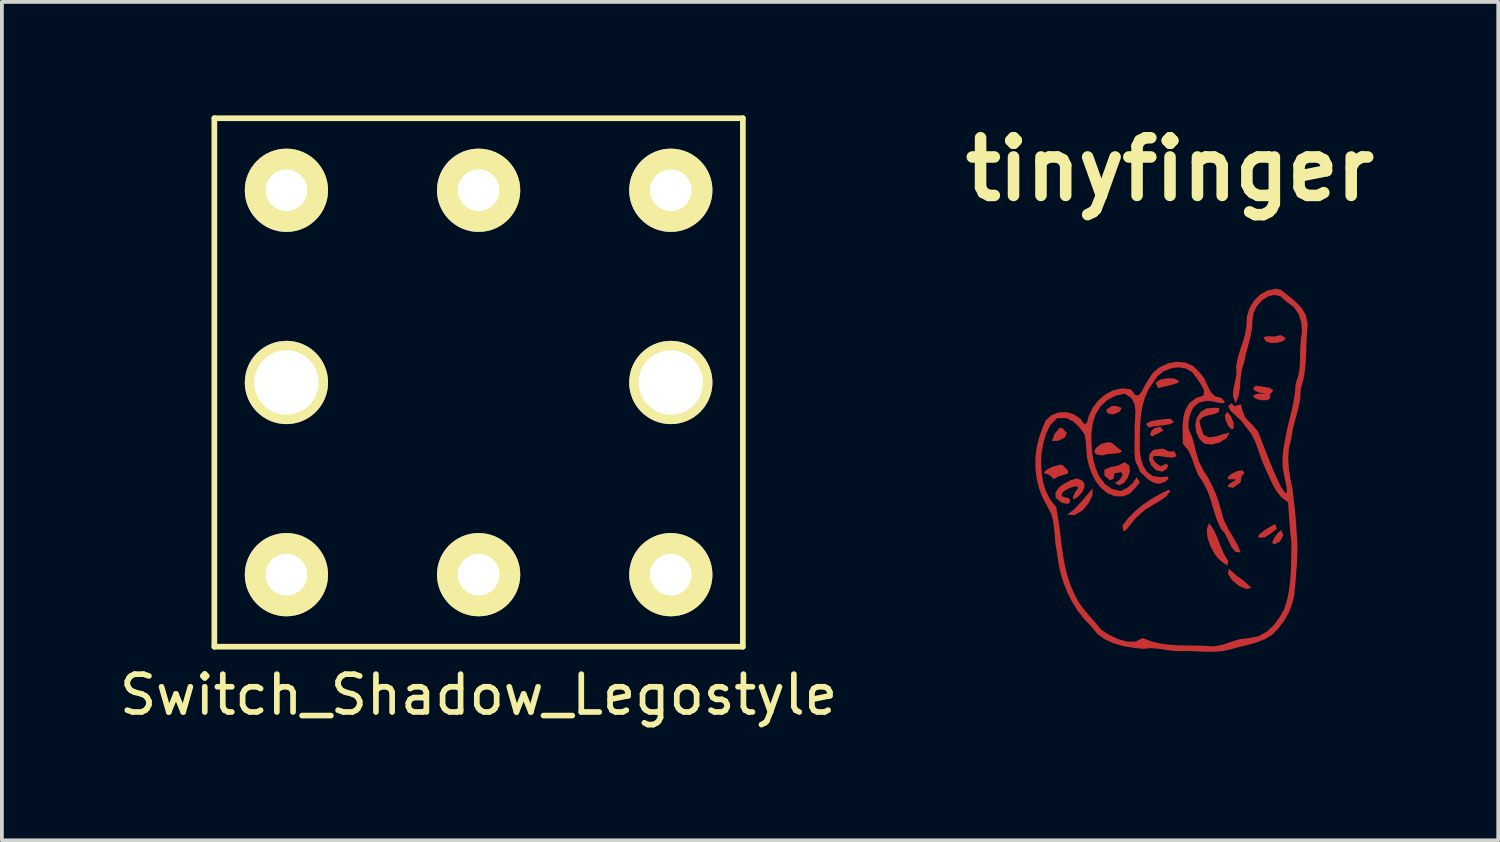
<source format=kicad_pcb>
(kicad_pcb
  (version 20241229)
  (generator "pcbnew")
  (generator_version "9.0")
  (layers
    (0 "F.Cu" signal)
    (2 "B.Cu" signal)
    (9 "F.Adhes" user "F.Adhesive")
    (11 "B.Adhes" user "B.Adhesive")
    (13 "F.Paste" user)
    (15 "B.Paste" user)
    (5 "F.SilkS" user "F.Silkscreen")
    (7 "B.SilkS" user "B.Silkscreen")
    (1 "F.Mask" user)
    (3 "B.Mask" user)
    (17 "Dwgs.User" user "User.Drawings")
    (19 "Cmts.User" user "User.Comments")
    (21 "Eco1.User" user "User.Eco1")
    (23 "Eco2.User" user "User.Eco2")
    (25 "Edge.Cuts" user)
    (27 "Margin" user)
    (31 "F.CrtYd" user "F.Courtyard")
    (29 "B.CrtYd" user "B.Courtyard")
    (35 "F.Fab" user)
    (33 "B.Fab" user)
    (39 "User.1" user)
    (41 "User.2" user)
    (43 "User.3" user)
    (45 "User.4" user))
  (footprint "Switch_Shadow_Legostyle"
    (layer "F.Cu")
    (at 9.601 9.6)
    (property "Reference" "Switch_Shadow_Legostyle" (at 0 5.715 0) (layer "F.SilkS") (effects (font (size 1 1) (thickness 0.15))))
    (attr through_hole)
    (fp_line (start -6.985 -9.525) (end -6.985 4.445) (stroke (width 0.15) (type solid)) (layer "F.SilkS"))
    (fp_line (start -6.985 4.445) (end 6.985 4.445) (stroke (width 0.15) (type solid)) (layer "F.SilkS"))
    (fp_line (start 6.985 -9.525) (end -6.985 -9.525) (stroke (width 0.15) (type solid)) (layer "F.SilkS"))
    (fp_line (start 6.985 4.445) (end 6.985 -9.525) (stroke (width 0.15) (type solid)) (layer "F.SilkS"))
    (pad "" thru_hole circle (at -5.08 -2.54) (size 2.2 2.2) (drill 1.7) (layers "*.Cu" "*.Mask" "F.SilkS"))
    (pad "" thru_hole circle (at 5.08 -2.54) (size 2.2 2.2) (drill 1.7) (layers "*.Cu" "*.Mask" "F.SilkS"))
    (pad "1" thru_hole circle (at -5.08 -7.62) (size 2.2 2.2) (drill 1.1) (layers "*.Cu" "*.Mask" "F.SilkS"))
    (pad "1" thru_hole circle (at -5.08 2.54) (size 2.2 2.2) (drill 1.1) (layers "*.Cu" "*.Mask" "F.SilkS"))
    (pad "2" thru_hole circle (at 0 -7.62) (size 2.2 2.2) (drill 1.1) (layers "*.Cu" "*.Mask" "F.SilkS"))
    (pad "2" thru_hole circle (at 0 2.54) (size 2.2 2.2) (drill 1.1) (layers "*.Cu" "*.Mask" "F.SilkS"))
    (pad "3" thru_hole circle (at 5.08 -7.62) (size 2.2 2.2) (drill 1.1) (layers "*.Cu" "*.Mask" "F.SilkS"))
    (pad "3" thru_hole circle (at 5.08 2.54) (size 2.2 2.2) (drill 1.1) (layers "*.Cu" "*.Mask" "F.SilkS")))
  (footprint "tinyfinger"
    (layer "F.Cu")
    (at 27.877 9.352)
    (property "Reference" "tinyfinger" (at 0 -7.926 0) (layer "F.SilkS") (effects (font (size 1.524 1.524) (thickness 0.305))))
    (attr smd)
    (fp_poly (pts (xy 2.806 -4.772) (xy 2.578 -4.726) (xy 2.38 -4.615) (xy 2.218 -4.453) (xy 2.099 -4.255) (xy 2.031 -4.033) (xy 1.45 -1.43) (xy 1.468 -1.291) (xy 1.536 -1.15) (xy 1.619 -1.058) (xy 1.681 -1.064) (xy 1.685 -1.217) (xy 1.618 -1.382) (xy 1.52 -1.517) (xy 1.45 -1.43) (xy 2.031 -4.033) (xy 2.019 -3.803) (xy 1.224 -0.869) (xy 1.036 -0.843) (xy 0.887 -0.906) (xy 0.815 -1.115) (xy 0.778 -1.283) (xy 0.863 -1.376) (xy 1.013 -1.425) (xy 1.175 -1.459) (xy 1.291 -1.51) (xy 1.306 -1.608) (xy 1.255 -1.621) (xy 1.179 -1.624) (xy 0.963 -1.606) (xy 0.806 -1.512) (xy 0.708 -1.363) (xy 0.669 -1.18) (xy 0.69 -0.987) (xy 0.771 -0.805) (xy 0.905 -0.675) (xy 1.105 -0.65) (xy 1.317 -0.707) (xy 1.492 -0.821) (xy 1.576 -0.97) (xy 1.416 -0.93) (xy 1.224 -0.869) (xy 2.019 -3.803) (xy 1.988 -3.583) (xy 1.928 -3.37) (xy 1.857 -3.158) (xy 1.791 -2.944) (xy 1.746 -2.724) (xy 1.758 -2.521) (xy 1.719 -2.315) (xy 1.673 -2.111) (xy 1.664 -1.919) (xy 1.737 -1.744) (xy 2.468 -3.495) (xy 2.527 -3.383) (xy 2.656 -3.333) (xy 2.841 -3.342) (xy 3 -3.392) (xy 3.056 -3.466) (xy 2.928 -3.546) (xy 2.782 -3.508) (xy 2.59 -3.514) (xy 2.468 -3.495) (xy 1.737 -1.744) (xy 2.261 -2.206) (xy 2.195 -2.134) (xy 2.238 -2.076) (xy 2.339 -2.032) (xy 2.449 -2.003) (xy 2.517 -1.988) (xy 2.495 -1.988) (xy 2.331 -2.002) (xy 2.205 -1.953) (xy 2.209 -1.898) (xy 2.3 -1.85) (xy 2.432 -1.822) (xy 2.563 -1.824) (xy 2.647 -1.869) (xy 2.641 -1.969) (xy 2.732 -2.089) (xy 2.623 -2.154) (xy 2.428 -2.185) (xy 2.261 -2.206) (xy 1.737 -1.744) (xy 1.814 -1.94) (xy 1.848 -2.159) (xy 1.865 -2.388) (xy 1.894 -2.615) (xy 1.959 -2.825) (xy 2.007 -3.053) (xy 2.067 -3.276) (xy 2.126 -3.499) (xy 2.168 -3.726) (xy 2.181 -3.958) (xy 2.21 -4.138) (xy 2.297 -4.31) (xy 2.426 -4.458) (xy 2.584 -4.563) (xy 2.753 -4.606) (xy 2.92 -4.569) (xy 3.067 -4.434) (xy 3.269 -4.288) (xy 3.401 -4.096) (xy 3.471 -3.875) (xy 3.487 -3.637) (xy 3.456 -3.399) (xy 3.441 -3.171) (xy 3.437 -2.938) (xy 3.427 -2.706) (xy 3.394 -2.479) (xy 3.321 -2.264) (xy 3.303 -2.034) (xy 3.266 -1.798) (xy 3.218 -1.559) (xy 3.16 -1.322) (xy 3.1 -1.087) (xy 3.05 -0.833) (xy 3.003 -0.578) (xy 2.973 -0.321) (xy 2.975 -0.064) (xy 3.023 0.193) (xy 3.051 0.327) (xy 3.082 0.489) (xy 3.091 0.614) (xy 3.054 0.637) (xy 2.946 0.492) (xy 2.83 0.25) (xy 2.722 0.005) (xy 2.62 -0.244) (xy 2.522 -0.494) (xy 2.425 -0.745) (xy 2.326 -0.995) (xy 2.173 -1.179) (xy 1.994 -1.354) (xy 1.907 -1.568) (xy 1.88 -1.713) (xy 1.804 -1.698) (xy 1.708 -1.661) (xy 1.62 -1.745) (xy 1.535 -1.662) (xy 2.783 1.45) (xy 2.646 1.519) (xy 2.477 1.626) (xy 2.347 1.734) (xy 2.328 1.807) (xy 2.494 1.807) (xy 2.652 1.708) (xy 2.822 1.579) (xy 2.783 1.45) (xy 1.535 -1.662) (xy 2.939 1.605) (xy 2.838 1.695) (xy 2.747 1.825) (xy 2.702 1.94) (xy 2.742 1.989) (xy 2.903 1.918) (xy 2.995 1.746) (xy 2.939 1.605) (xy 1.535 -1.662) (xy 1.6 -1.544) (xy 1.745 -1.406) (xy 1.91 0.03) (xy 1.773 0.049) (xy 1.628 0.119) (xy 1.529 0.204) (xy 1.528 0.266) (xy 1.677 0.268) (xy 1.746 0.271) (xy 1.705 0.306) (xy 1.614 0.36) (xy 1.535 0.418) (xy 1.531 0.467) (xy 1.663 0.493) (xy 1.863 0.352) (xy 1.899 0.177) (xy 1.971 0.102) (xy 1.91 0.03) (xy 1.745 -1.406) (xy 1.899 -1.263) (xy 2.152 3.138) (xy 1.962 2.961) (xy 1.746 2.804) (xy 1.553 2.626) (xy 1.532 2.768) (xy 1.642 2.936) (xy 1.822 3.084) (xy 2.012 3.167) (xy 2.152 3.138) (xy 1.899 -1.263) (xy 1.991 -1.133) (xy 2.146 -0.938) (xy 2.254 -0.72) (xy 2.337 -0.489) (xy 2.417 -0.254) (xy 2.515 -0.026) (xy 2.609 0.177) (xy 2.699 0.376) (xy 2.802 0.565) (xy 2.937 0.736) (xy 3.121 0.882) (xy 3.139 1.154) (xy 3.159 1.427) (xy 1.514 2.553) (xy 1.54 2.427) (xy 1.421 2.233) (xy 1.331 2.021) (xy 1.25 1.806) (xy 1.156 1.602) (xy 1.031 1.421) (xy 0.97 1.593) (xy 0.99 1.808) (xy 1.066 2.033) (xy 1.172 2.232) (xy 1.284 2.373) (xy 1.392 2.463) (xy 1.514 2.553) (xy 3.159 1.427) (xy 3.181 1.699) (xy 3.21 1.971) (xy 3.205 2.216) (xy 3.201 2.463) (xy 3.192 2.711) (xy 3.175 2.958) (xy 3.145 3.203) (xy -1.159 1.606) (xy -1.045 1.468) (xy -0.92 1.308) (xy -0.81 1.207) (xy -0.652 1.067) (xy -0.461 0.95) (xy -0.267 0.839) (xy -0.099 0.719) (xy 0.015 0.573) (xy -0.043 0.546) (xy -0.274 0.66) (xy -0.499 0.789) (xy -0.713 0.936) (xy -0.914 1.1) (xy -1.096 1.283) (xy -1.256 1.486) (xy -1.238 1.639) (xy -1.159 1.606) (xy 3.145 3.203) (xy 3.097 3.444) (xy 3.027 3.679) (xy -2.718 1.204) (xy -2.521 1.213) (xy -2.321 1.094) (xy -2.152 0.901) (xy -2.049 0.687) (xy -2.049 0.508) (xy -2.202 0.691) (xy -2.364 0.882) (xy -2.535 1.06) (xy -2.718 1.204) (xy 3.027 3.679) (xy 2.901 3.906) (xy -0.045 -0.097) (xy -0.095 -0.146) (xy -0.26 -0.077) (xy -0.387 -0.181) (xy -0.46 -0.285) (xy -0.43 -0.352) (xy -0.245 -0.345) (xy -0.097 -0.317) (xy 0.073 -0.304) (xy 0.174 -0.343) (xy 0.119 -0.471) (xy -0.037 -0.471) (xy -0.186 -0.544) (xy -0.236 -0.539) (xy -0.437 -0.513) (xy -0.54 -0.406) (xy -0.556 -0.256) (xy -0.493 -0.097) (xy -0.363 0.033) (xy -0.202 0.066) (xy -0.089 -0.002) (xy -0.045 -0.097) (xy 2.901 3.906) (xy 2.746 4.117) (xy -0.209 -1.156) (xy 0.002 -1.19) (xy 0.107 -1.246) (xy 0.009 -1.337) (xy -0.137 -1.325) (xy -0.346 -1.301) (xy -0.539 -1.259) (xy -0.637 -1.195) (xy -0.561 -1.102) (xy -0.429 -1.132) (xy -0.209 -1.156) (xy 2.746 4.117) (xy -0.173 -1.023) (xy -0.256 -1.122) (xy -0.408 -1.089) (xy -0.504 -0.998) (xy -0.531 -0.906) (xy -0.474 -0.868) (xy -0.32 -0.944) (xy -0.173 -1.023) (xy 2.746 4.117) (xy 2.559 4.293) (xy 2.337 4.416) (xy 2.079 4.467) (xy 1.846 4.491) (xy 1.621 4.56) (xy 1.396 4.637) (xy 0.009 -2.218) (xy 0.186 -2.271) (xy 0.25 -2.331) (xy 0.108 -2.397) (xy -0.066 -2.405) (xy -0.263 -2.368) (xy -0.38 -2.282) (xy -0.316 -2.142) (xy -0.189 -2.175) (xy 0.009 -2.218) (xy 1.396 4.637) (xy 1.163 4.685) (xy 0.914 4.668) (xy -2.945 -0.753) (xy -2.786 -0.834) (xy -2.725 -0.955) (xy -2.842 -1.079) (xy -2.912 -1.097) (xy -3.048 -0.942) (xy -3.124 -0.745) (xy -2.945 -0.753) (xy 0.914 4.668) (xy 0.678 4.662) (xy 0.439 4.66) (xy 0.201 4.654) (xy -0.036 4.638) (xy -0.27 4.605) (xy -0.499 4.549) (xy -3.017 0.76) (xy -2.864 0.888) (xy -2.703 0.923) (xy -2.632 0.856) (xy -2.67 0.766) (xy -2.836 0.731) (xy -2.872 0.663) (xy -2.81 0.586) (xy -2.692 0.515) (xy -2.561 0.466) (xy -2.459 0.454) (xy -2.427 0.495) (xy -2.507 0.605) (xy -2.57 0.738) (xy -2.56 0.79) (xy -2.5 0.776) (xy -2.417 0.714) (xy -2.332 0.619) (xy -2.27 0.508) (xy -2.256 0.397) (xy -2.314 0.303) (xy -2.467 0.243) (xy -2.627 0.292) (xy -2.799 0.38) (xy -2.947 0.495) (xy -3.032 0.625) (xy -3.017 0.76) (xy -0.499 4.549) (xy -0.722 4.464) (xy -0.915 4.557) (xy -1.146 4.555) (xy -1.389 4.484) (xy -3.34 0.102) (xy -3.214 0.141) (xy -3.152 0.186) (xy -3.075 0.264) (xy -2.935 0.186) (xy -2.696 0.116) (xy -2.703 0.026) (xy -2.852 -0.114) (xy -2.929 -0.116) (xy -3.109 -0.065) (xy -3.275 0.02) (xy -3.34 0.102) (xy -1.389 4.484) (xy -1.621 4.372) (xy -1.817 4.245) (xy -1.969 4.06) (xy -2.129 3.88) (xy -2.284 3.696) (xy -2.424 3.5) (xy -2.535 3.285) (xy -2.639 3.045) (xy -2.718 2.798) (xy -2.779 2.545) (xy -2.825 2.289) (xy -2.862 2.031) (xy -2.894 1.771) (xy -2.926 1.512) (xy -2.963 1.253) (xy -3.01 0.998) (xy -3.167 0.805) (xy -3.279 0.585) (xy -3.353 0.347) (xy -3.393 0.097) (xy -3.406 -0.155) (xy -3.398 -0.402) (xy -3.352 -0.661) (xy -3.282 -0.926) (xy -3.167 -1.164) (xy -2.986 -1.345) (xy -2.745 -1.351) (xy -2.547 -1.253) (xy -2.387 -1.095) (xy -2.258 -0.919) (xy -2.226 -0.727) (xy -2.212 -0.512) (xy -2.193 -0.293) (xy -2.142 -0.087) (xy -2.07 0.118) (xy -1.963 0.32) (xy -1.823 0.499) (xy -1.652 0.638) (xy -1.454 0.717) (xy -1.229 0.717) (xy -1.053 0.639) (xy -0.917 0.495) (xy -0.798 0.348) (xy -1.652 -1.479) (xy -1.51 -1.448) (xy -1.34 -1.512) (xy -1.272 -1.62) (xy -1.438 -1.673) (xy -1.546 -1.667) (xy -1.69 -1.566) (xy -1.652 -1.479) (xy -0.798 0.348) (xy -1.269 -0.476) (xy -1.385 -0.568) (xy -1.464 -0.633) (xy -1.54 -0.7) (xy -1.654 -0.713) (xy -1.813 -0.669) (xy -1.941 -0.579) (xy -2.003 -0.477) (xy -1.965 -0.394) (xy -1.793 -0.363) (xy -1.66 -0.397) (xy -1.479 -0.412) (xy -1.325 -0.431) (xy -1.269 -0.476) (xy -0.798 0.348) (xy -0.883 0.213) (xy -1.343 0.427) (xy -1.218 0.364) (xy -1.115 0.222) (xy -1.06 0.051) (xy -1.08 -0.101) (xy -1.202 -0.185) (xy -1.366 -0.099) (xy -1.578 -0.055) (xy -1.735 0.013) (xy -1.736 0.167) (xy -1.586 0.296) (xy -1.492 0.254) (xy -1.47 0.109) (xy -1.284 0.08) (xy -1.256 0.162) (xy -1.332 0.281) (xy -1.46 0.365) (xy -1.343 0.427) (xy -0.883 0.213) (xy -0.988 0.37) (xy -1.136 0.496) (xy -1.306 0.577) (xy -1.537 0.522) (xy -1.722 0.39) (xy -1.864 0.201) (xy -1.965 -0.023) (xy -2.03 -0.26) (xy -2.062 -0.488) (xy -2.078 -0.73) (xy -2.074 -0.978) (xy -2.04 -1.222) (xy -1.966 -1.451) (xy -1.842 -1.655) (xy -1.659 -1.825) (xy -1.438 -1.944) (xy -1.192 -1.995) (xy -1.019 -1.875) (xy -0.936 -1.712) (xy -0.914 -1.519) (xy -0.924 -1.31) (xy -0.937 -1.1) (xy -0.934 -0.874) (xy -0.94 -0.647) (xy -0.94 -0.422) (xy -0.915 -0.2) (xy -0.867 -0.106) (xy -0.864 -0.106) (xy -0.857 -0.087) (xy -0.853 -0.079) (xy -0.787 0.074) (xy -0.596 0.258) (xy -0.444 0.353) (xy -0.286 0.388) (xy -0.133 0.337) (xy -0.04 0.254) (xy -0.059 0.194) (xy -0.242 0.211) (xy -0.455 0.182) (xy -0.61 0.069) (xy -0.715 -0.102) (xy -0.776 -0.308) (xy -0.801 -0.524) (xy -0.797 -0.726) (xy -0.797 -0.96) (xy -0.789 -1.197) (xy -0.769 -1.432) (xy -0.729 -1.663) (xy -0.665 -1.887) (xy -0.571 -2.101) (xy -0.44 -2.3) (xy -0.325 -2.464) (xy -0.165 -2.587) (xy 0.024 -2.665) (xy 0.224 -2.692) (xy 0.416 -2.66) (xy 0.585 -2.565) (xy 0.711 -2.399) (xy 0.82 -2.238) (xy 0.902 -2.073) (xy 0.881 -1.943) (xy 0.685 -1.882) (xy 0.507 -1.741) (xy 0.401 -1.557) (xy 0.349 -1.346) (xy 0.332 -1.119) (xy 0.334 -0.891) (xy 0.336 -0.675) (xy 0.48 -0.503) (xy 0.576 -0.295) (xy 0.653 -0.07) (xy 0.741 0.149) (xy 0.871 0.344) (xy 0.992 0.578) (xy 1.079 0.826) (xy 1.154 1.08) (xy 1.234 1.331) (xy 1.341 1.57) (xy 1.451 1.699) (xy 1.539 1.879) (xy 1.625 2.059) (xy 1.729 2.184) (xy 1.872 2.203) (xy 1.775 1.983) (xy 1.654 1.772) (xy 1.53 1.563) (xy 1.424 1.345) (xy 1.356 1.112) (xy 1.29 0.877) (xy 1.211 0.653) (xy 1.116 0.437) (xy 1.006 0.227) (xy 0.878 0.02) (xy 0.769 -0.187) (xy 0.699 -0.409) (xy 0.644 -0.638) (xy 0.581 -0.862) (xy 0.486 -1.072) (xy 0.491 -1.265) (xy 0.533 -1.461) (xy 0.619 -1.634) (xy 0.759 -1.758) (xy 0.961 -1.807) (xy 1.089 -1.797) (xy 1.254 -1.763) (xy 1.396 -1.741) (xy 1.454 -1.769) (xy 1.366 -1.882) (xy 1.18 -1.932) (xy 1.065 -2.06) (xy 0.984 -2.23) (xy 0.902 -2.408) (xy 0.782 -2.558) (xy 0.614 -2.727) (xy 0.405 -2.819) (xy 0.175 -2.84) (xy -0.057 -2.797) (xy -0.273 -2.697) (xy -0.455 -2.546) (xy -0.582 -2.352) (xy -0.674 -2.2) (xy -0.751 -2.051) (xy -0.827 -1.954) (xy -0.916 -1.957) (xy -1.032 -2.11) (xy -1.268 -2.137) (xy -1.498 -2.087) (xy -1.711 -1.976) (xy -1.897 -1.816) (xy -2.046 -1.623) (xy -2.149 -1.411) (xy -2.193 -1.231) (xy -2.259 -1.188) (xy -2.371 -1.333) (xy -2.543 -1.454) (xy -2.743 -1.51) (xy -2.948 -1.501) (xy -3.136 -1.428) (xy -3.284 -1.292) (xy -3.369 -1.093) (xy -3.46 -0.844) (xy -3.523 -0.585) (xy -3.556 -0.32) (xy -3.559 -0.053) (xy -3.532 0.212) (xy -3.473 0.471) (xy -3.382 0.721) (xy -3.258 0.956) (xy -3.138 1.182) (xy -3.078 1.433) (xy -3.052 1.698) (xy -3.03 1.965) (xy -2.986 2.222) (xy -2.949 2.491) (xy -2.891 2.755) (xy -2.812 3.014) (xy -2.711 3.265) (xy -2.589 3.506) (xy -2.446 3.735) (xy -2.28 3.948) (xy -2.093 4.145) (xy -1.926 4.351) (xy -1.72 4.501) (xy -1.485 4.606) (xy -1.233 4.676) (xy -0.974 4.72) (xy -0.717 4.748) (xy -0.504 4.73) (xy -0.283 4.75) (xy -0.055 4.785) (xy 0.174 4.811) (xy 0.404 4.806) (xy 0.646 4.813) (xy 0.888 4.825) (xy 1.13 4.828) (xy 1.37 4.811) (xy 1.607 4.761) (xy 1.809 4.705) (xy 2.036 4.651) (xy 2.271 4.586) (xy 2.498 4.498) (xy 2.702 4.377) (xy 2.871 4.202) (xy 3.016 4.007) (xy 3.135 3.796) (xy 3.225 3.571) (xy 3.283 3.336) (xy 3.308 3.094) (xy 3.327 2.855) (xy 3.346 2.615) (xy 3.361 2.375) (xy 3.369 2.134) (xy 3.365 1.895) (xy 3.345 1.658) (xy 3.334 1.433) (xy 3.314 1.206) (xy 3.29 0.976) (xy 3.263 0.743) (xy 3.236 0.508) (xy 3.18 0.244) (xy 3.14 -0.022) (xy 3.125 -0.29) (xy 3.144 -0.556) (xy 3.206 -0.82) (xy 3.25 -1.08) (xy 3.317 -1.335) (xy 3.387 -1.589) (xy 3.439 -1.846) (xy 3.454 -2.109) (xy 3.522 -2.349) (xy 3.565 -2.593) (xy 3.588 -2.841) (xy 3.6 -3.09) (xy 3.608 -3.34) (xy 3.619 -3.589) (xy 3.641 -3.836) (xy 3.592 -4.072) (xy 3.475 -4.268) (xy 3.311 -4.437) (xy 3.125 -4.588) (xy 2.94 -4.732) (xy 2.806 -4.772)) (stroke (width 0) (type solid)) (fill yes) (layer "F.Cu")))
  (gr_rect
    (start -3 -3)
    (end 36.553 19.163)
    (stroke (width 0.1) (type default))
    (fill no)
    (layer "Edge.Cuts")))
</source>
